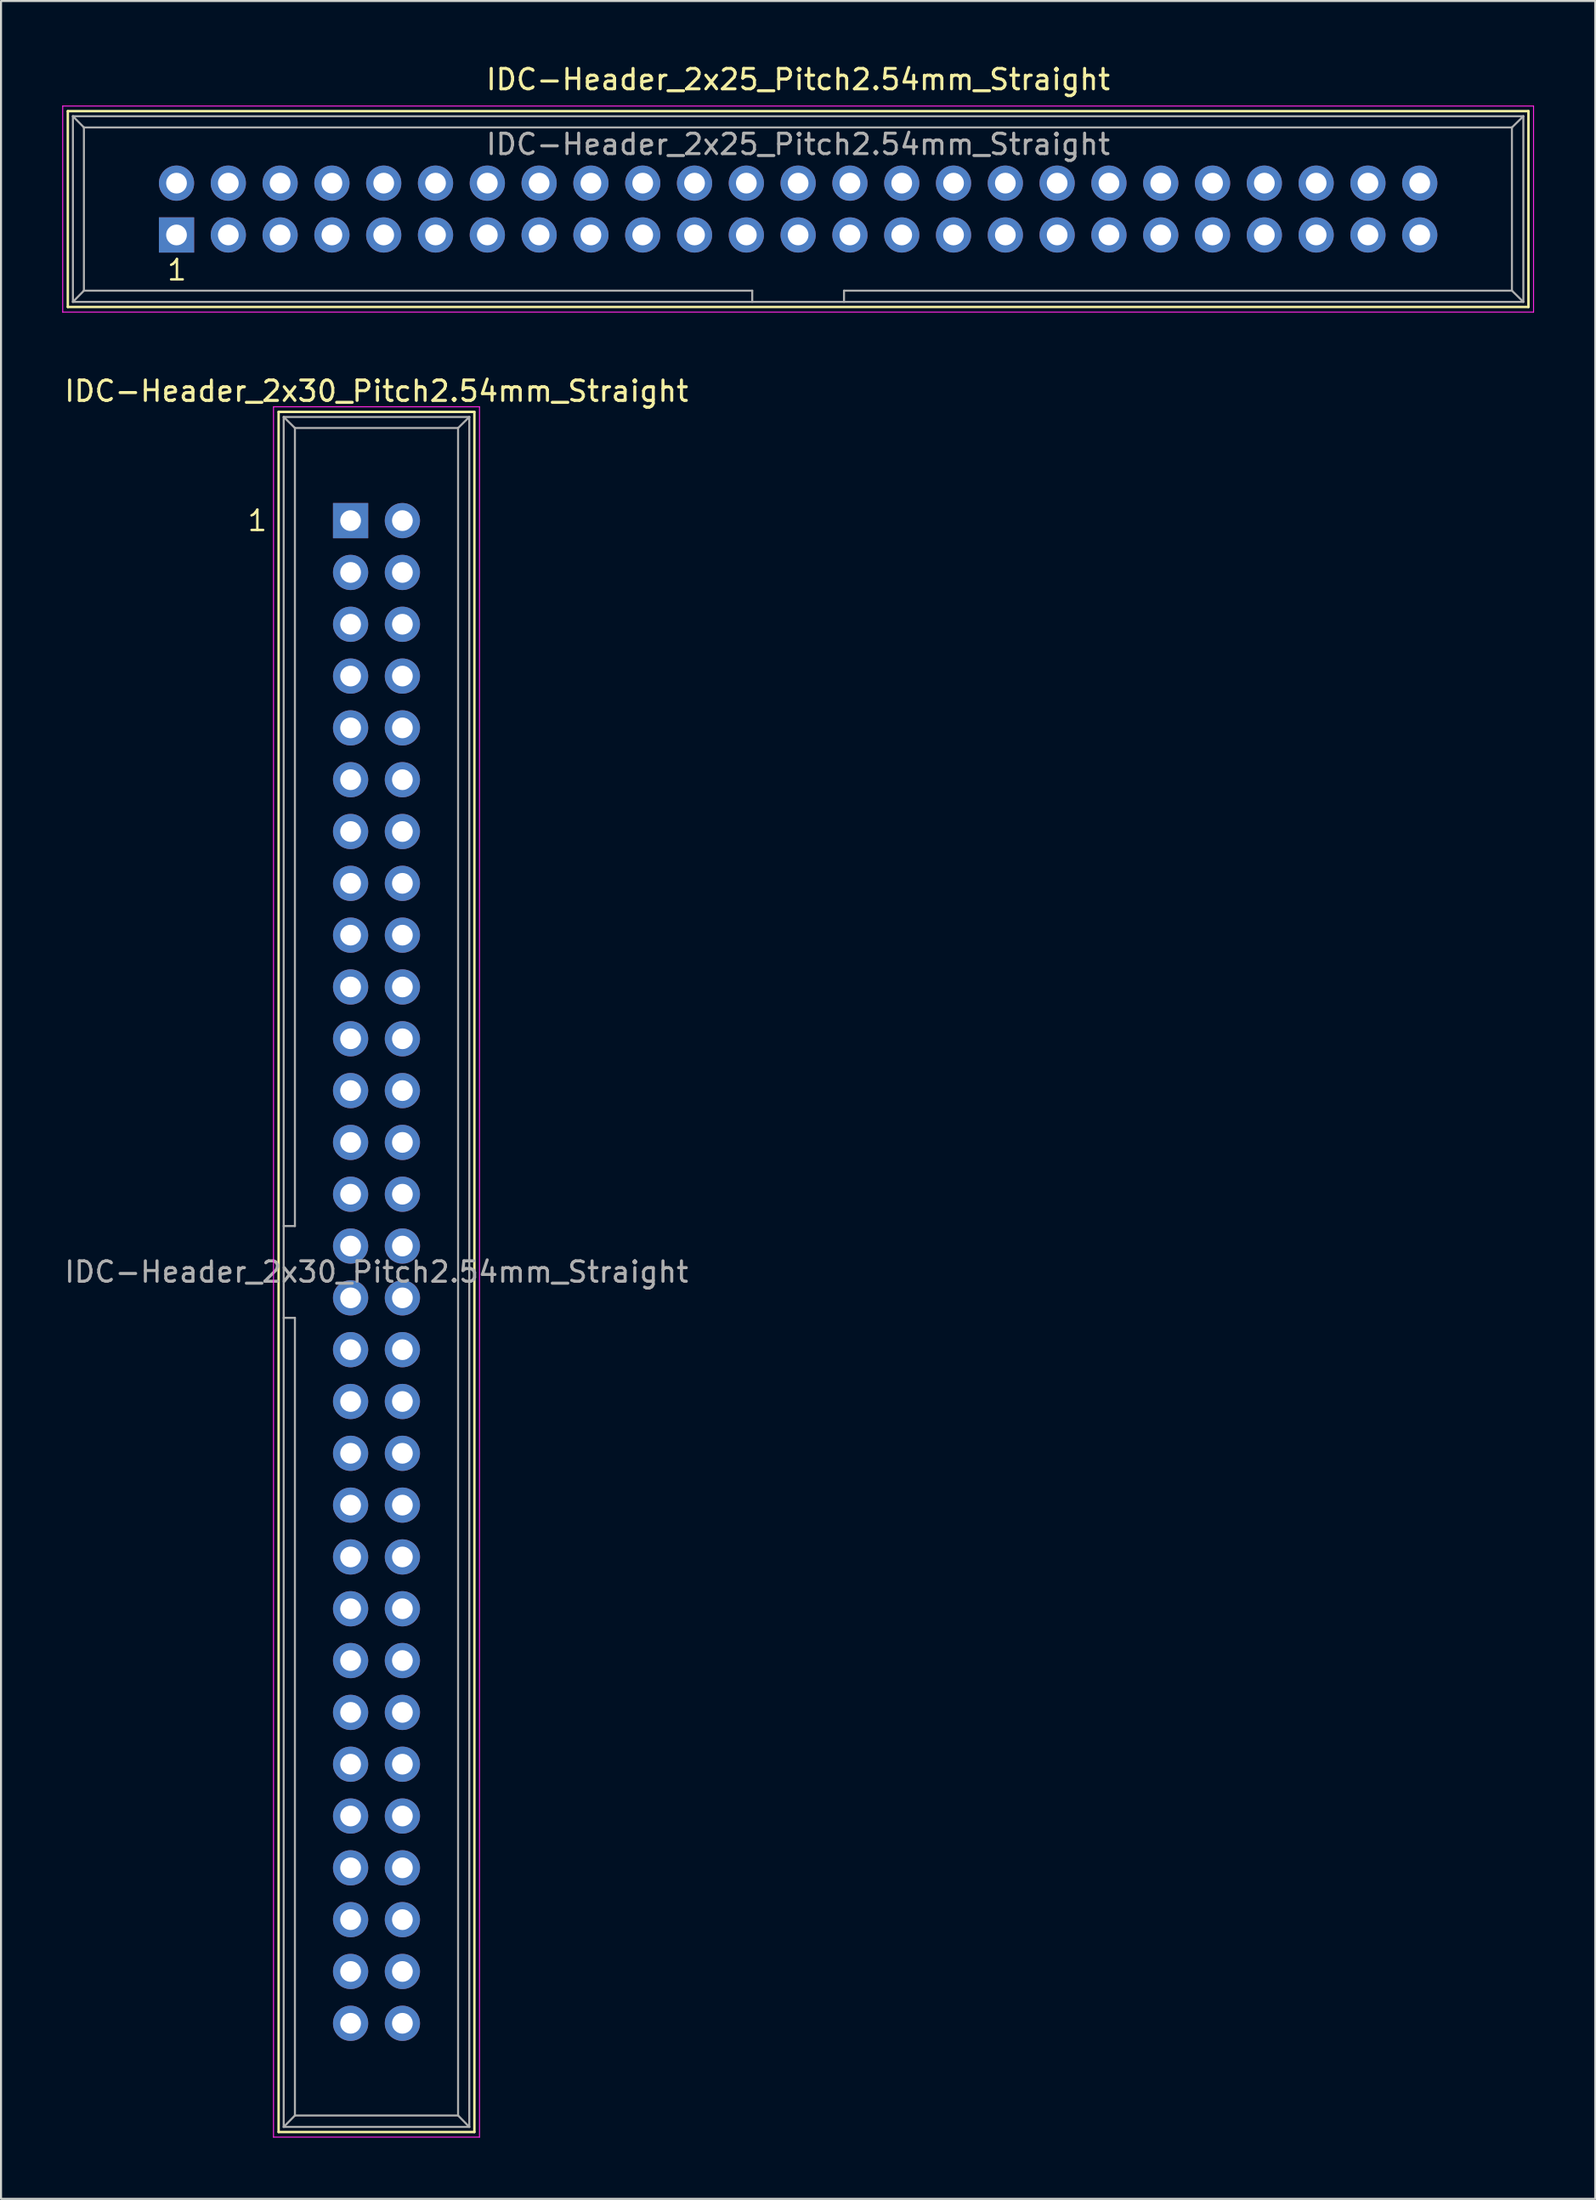
<source format=kicad_pcb>
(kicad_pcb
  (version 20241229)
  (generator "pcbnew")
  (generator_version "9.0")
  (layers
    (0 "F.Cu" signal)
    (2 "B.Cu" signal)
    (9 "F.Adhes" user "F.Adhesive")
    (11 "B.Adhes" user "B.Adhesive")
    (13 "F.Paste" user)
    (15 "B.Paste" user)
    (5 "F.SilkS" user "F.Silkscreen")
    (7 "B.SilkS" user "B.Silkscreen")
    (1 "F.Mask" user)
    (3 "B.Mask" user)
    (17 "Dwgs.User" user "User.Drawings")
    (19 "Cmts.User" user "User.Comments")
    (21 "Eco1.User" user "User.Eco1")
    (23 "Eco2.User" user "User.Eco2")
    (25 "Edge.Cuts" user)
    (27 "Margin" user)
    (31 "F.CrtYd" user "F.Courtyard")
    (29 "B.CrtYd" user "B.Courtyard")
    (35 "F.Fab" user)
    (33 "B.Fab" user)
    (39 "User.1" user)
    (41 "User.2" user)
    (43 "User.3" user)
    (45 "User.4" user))
  (footprint "IDC-Header_2x25_Pitch2.54mm_Straight"
    (layer "F.Cu")
    (at 5.605 8.468)
    (property "Reference" "IDC-Header_2x25_Pitch2.54mm_Straight" (at 30.48 -7.62 0) (layer "F.SilkS") (effects (font (size 1 1) (thickness 0.15))))
    (attr through_hole)
    (fp_line (start -5.33 -6.07) (end 66.29 -6.07) (stroke (width 0.12) (type solid)) (layer "F.SilkS"))
    (fp_line (start -5.33 3.53) (end -5.33 -6.07) (stroke (width 0.12) (type solid)) (layer "F.SilkS"))
    (fp_line (start 66.29 -6.07) (end 66.29 3.53) (stroke (width 0.12) (type solid)) (layer "F.SilkS"))
    (fp_line (start 66.29 3.53) (end -5.33 3.53) (stroke (width 0.12) (type solid)) (layer "F.SilkS"))
    (fp_line (start -5.58 -6.32) (end 66.54 -6.32) (stroke (width 0.05) (type solid)) (layer "F.CrtYd"))
    (fp_line (start -5.58 3.78) (end -5.58 -6.32) (stroke (width 0.05) (type solid)) (layer "F.CrtYd"))
    (fp_line (start 66.54 -6.32) (end 66.54 3.78) (stroke (width 0.05) (type solid)) (layer "F.CrtYd"))
    (fp_line (start 66.54 3.78) (end -5.58 3.78) (stroke (width 0.05) (type solid)) (layer "F.CrtYd"))
    (fp_line (start -5.08 -5.82) (end -5.08 3.28) (stroke (width 0.1) (type solid)) (layer "F.Fab"))
    (fp_line (start -5.08 -5.82) (end -4.54 -5.27) (stroke (width 0.1) (type solid)) (layer "F.Fab"))
    (fp_line (start -5.08 -5.82) (end 66.04 -5.82) (stroke (width 0.1) (type solid)) (layer "F.Fab"))
    (fp_line (start -5.08 3.28) (end -4.54 2.73) (stroke (width 0.1) (type solid)) (layer "F.Fab"))
    (fp_line (start -5.08 3.28) (end 66.04 3.28) (stroke (width 0.1) (type solid)) (layer "F.Fab"))
    (fp_line (start -4.54 -5.27) (end -4.54 2.73) (stroke (width 0.1) (type solid)) (layer "F.Fab"))
    (fp_line (start -4.54 -5.27) (end 65.48 -5.27) (stroke (width 0.1) (type solid)) (layer "F.Fab"))
    (fp_line (start -4.54 2.73) (end 28.23 2.73) (stroke (width 0.1) (type solid)) (layer "F.Fab"))
    (fp_line (start 28.23 2.73) (end 28.23 3.28) (stroke (width 0.1) (type solid)) (layer "F.Fab"))
    (fp_line (start 32.73 2.73) (end 32.73 3.28) (stroke (width 0.1) (type solid)) (layer "F.Fab"))
    (fp_line (start 32.73 2.73) (end 65.48 2.73) (stroke (width 0.1) (type solid)) (layer "F.Fab"))
    (fp_line (start 65.48 -5.27) (end 65.48 2.73) (stroke (width 0.1) (type solid)) (layer "F.Fab"))
    (fp_line (start 66.04 -5.82) (end 65.48 -5.27) (stroke (width 0.1) (type solid)) (layer "F.Fab"))
    (fp_line (start 66.04 -5.82) (end 66.04 3.28) (stroke (width 0.1) (type solid)) (layer "F.Fab"))
    (fp_line (start 66.04 3.28) (end 65.48 2.73) (stroke (width 0.1) (type solid)) (layer "F.Fab"))
    (fp_text user "1" (at 0.02 1.72 0) (layer "F.SilkS") (effects (font (size 1 1) (thickness 0.12))))
    (fp_text user "${REFERENCE}" (at 30.48 -4.445 0) (layer "F.Fab") (effects (font (size 1 1) (thickness 0.15))))
    (pad "1" thru_hole rect (at 0 0) (size 1.727 1.727) (drill 1.016) (layers "*.Cu" "*.Mask"))
    (pad "2" thru_hole oval (at 0 -2.54) (size 1.727 1.727) (drill 1.016) (layers "*.Cu" "*.Mask"))
    (pad "3" thru_hole oval (at 2.54 0) (size 1.727 1.727) (drill 1.016) (layers "*.Cu" "*.Mask"))
    (pad "4" thru_hole oval (at 2.54 -2.54) (size 1.727 1.727) (drill 1.016) (layers "*.Cu" "*.Mask"))
    (pad "5" thru_hole oval (at 5.08 0) (size 1.727 1.727) (drill 1.016) (layers "*.Cu" "*.Mask"))
    (pad "6" thru_hole oval (at 5.08 -2.54) (size 1.727 1.727) (drill 1.016) (layers "*.Cu" "*.Mask"))
    (pad "7" thru_hole oval (at 7.62 0) (size 1.727 1.727) (drill 1.016) (layers "*.Cu" "*.Mask"))
    (pad "8" thru_hole oval (at 7.62 -2.54) (size 1.727 1.727) (drill 1.016) (layers "*.Cu" "*.Mask"))
    (pad "9" thru_hole oval (at 10.16 0) (size 1.727 1.727) (drill 1.016) (layers "*.Cu" "*.Mask"))
    (pad "10" thru_hole oval (at 10.16 -2.54) (size 1.727 1.727) (drill 1.016) (layers "*.Cu" "*.Mask"))
    (pad "11" thru_hole oval (at 12.7 0) (size 1.727 1.727) (drill 1.016) (layers "*.Cu" "*.Mask"))
    (pad "12" thru_hole oval (at 12.7 -2.54) (size 1.727 1.727) (drill 1.016) (layers "*.Cu" "*.Mask"))
    (pad "13" thru_hole oval (at 15.24 0) (size 1.727 1.727) (drill 1.016) (layers "*.Cu" "*.Mask"))
    (pad "14" thru_hole oval (at 15.24 -2.54) (size 1.727 1.727) (drill 1.016) (layers "*.Cu" "*.Mask"))
    (pad "15" thru_hole oval (at 17.78 0) (size 1.727 1.727) (drill 1.016) (layers "*.Cu" "*.Mask"))
    (pad "16" thru_hole oval (at 17.78 -2.54) (size 1.727 1.727) (drill 1.016) (layers "*.Cu" "*.Mask"))
    (pad "17" thru_hole oval (at 20.32 0) (size 1.727 1.727) (drill 1.016) (layers "*.Cu" "*.Mask"))
    (pad "18" thru_hole oval (at 20.32 -2.54) (size 1.727 1.727) (drill 1.016) (layers "*.Cu" "*.Mask"))
    (pad "19" thru_hole oval (at 22.86 0) (size 1.727 1.727) (drill 1.016) (layers "*.Cu" "*.Mask"))
    (pad "20" thru_hole oval (at 22.86 -2.54) (size 1.727 1.727) (drill 1.016) (layers "*.Cu" "*.Mask"))
    (pad "21" thru_hole oval (at 25.4 0) (size 1.727 1.727) (drill 1.016) (layers "*.Cu" "*.Mask"))
    (pad "22" thru_hole oval (at 25.4 -2.54) (size 1.727 1.727) (drill 1.016) (layers "*.Cu" "*.Mask"))
    (pad "23" thru_hole oval (at 27.94 0) (size 1.727 1.727) (drill 1.016) (layers "*.Cu" "*.Mask"))
    (pad "24" thru_hole oval (at 27.94 -2.54) (size 1.727 1.727) (drill 1.016) (layers "*.Cu" "*.Mask"))
    (pad "25" thru_hole oval (at 30.48 0) (size 1.727 1.727) (drill 1.016) (layers "*.Cu" "*.Mask"))
    (pad "26" thru_hole oval (at 30.48 -2.54) (size 1.727 1.727) (drill 1.016) (layers "*.Cu" "*.Mask"))
    (pad "27" thru_hole oval (at 33.02 0) (size 1.727 1.727) (drill 1.016) (layers "*.Cu" "*.Mask"))
    (pad "28" thru_hole oval (at 33.02 -2.54) (size 1.727 1.727) (drill 1.016) (layers "*.Cu" "*.Mask"))
    (pad "29" thru_hole oval (at 35.56 0) (size 1.727 1.727) (drill 1.016) (layers "*.Cu" "*.Mask"))
    (pad "30" thru_hole oval (at 35.56 -2.54) (size 1.727 1.727) (drill 1.016) (layers "*.Cu" "*.Mask"))
    (pad "31" thru_hole oval (at 38.1 0) (size 1.727 1.727) (drill 1.016) (layers "*.Cu" "*.Mask"))
    (pad "32" thru_hole oval (at 38.1 -2.54) (size 1.727 1.727) (drill 1.016) (layers "*.Cu" "*.Mask"))
    (pad "33" thru_hole oval (at 40.64 0) (size 1.727 1.727) (drill 1.016) (layers "*.Cu" "*.Mask"))
    (pad "34" thru_hole oval (at 40.64 -2.54) (size 1.727 1.727) (drill 1.016) (layers "*.Cu" "*.Mask"))
    (pad "35" thru_hole oval (at 43.18 0) (size 1.727 1.727) (drill 1.016) (layers "*.Cu" "*.Mask"))
    (pad "36" thru_hole oval (at 43.18 -2.54) (size 1.727 1.727) (drill 1.016) (layers "*.Cu" "*.Mask"))
    (pad "37" thru_hole oval (at 45.72 0) (size 1.727 1.727) (drill 1.016) (layers "*.Cu" "*.Mask"))
    (pad "38" thru_hole oval (at 45.72 -2.54) (size 1.727 1.727) (drill 1.016) (layers "*.Cu" "*.Mask"))
    (pad "39" thru_hole oval (at 48.26 0) (size 1.727 1.727) (drill 1.016) (layers "*.Cu" "*.Mask"))
    (pad "40" thru_hole oval (at 48.26 -2.54) (size 1.727 1.727) (drill 1.016) (layers "*.Cu" "*.Mask"))
    (pad "41" thru_hole oval (at 50.8 0) (size 1.727 1.727) (drill 1.016) (layers "*.Cu" "*.Mask"))
    (pad "42" thru_hole oval (at 50.8 -2.54) (size 1.727 1.727) (drill 1.016) (layers "*.Cu" "*.Mask"))
    (pad "43" thru_hole oval (at 53.34 0) (size 1.727 1.727) (drill 1.016) (layers "*.Cu" "*.Mask"))
    (pad "44" thru_hole oval (at 53.34 -2.54) (size 1.727 1.727) (drill 1.016) (layers "*.Cu" "*.Mask"))
    (pad "45" thru_hole oval (at 55.88 0) (size 1.727 1.727) (drill 1.016) (layers "*.Cu" "*.Mask"))
    (pad "46" thru_hole oval (at 55.88 -2.54) (size 1.727 1.727) (drill 1.016) (layers "*.Cu" "*.Mask"))
    (pad "47" thru_hole oval (at 58.42 0) (size 1.727 1.727) (drill 1.016) (layers "*.Cu" "*.Mask"))
    (pad "48" thru_hole oval (at 58.42 -2.54) (size 1.727 1.727) (drill 1.016) (layers "*.Cu" "*.Mask"))
    (pad "49" thru_hole oval (at 60.96 0) (size 1.727 1.727) (drill 1.016) (layers "*.Cu" "*.Mask"))
    (pad "50" thru_hole oval (at 60.96 -2.54) (size 1.727 1.727) (drill 1.016) (layers "*.Cu" "*.Mask")))
  (footprint "IDC-Header_2x30_Pitch2.54mm_Straight"
    (layer "F.Cu")
    (at 14.141 22.471)
    (property "Reference" "IDC-Header_2x30_Pitch2.54mm_Straight" (at 1.27 -6.35 0) (layer "F.SilkS") (effects (font (size 1 1) (thickness 0.15))))
    (attr through_hole)
    (fp_line (start -3.53 -5.33) (end 6.07 -5.33) (stroke (width 0.12) (type solid)) (layer "F.SilkS"))
    (fp_line (start -3.53 78.99) (end -3.53 -5.33) (stroke (width 0.12) (type solid)) (layer "F.SilkS"))
    (fp_line (start 6.07 -5.33) (end 6.07 78.99) (stroke (width 0.12) (type solid)) (layer "F.SilkS"))
    (fp_line (start 6.07 78.99) (end -3.53 78.99) (stroke (width 0.12) (type solid)) (layer "F.SilkS"))
    (fp_line (start -3.78 -5.58) (end 6.32 -5.58) (stroke (width 0.05) (type solid)) (layer "F.CrtYd"))
    (fp_line (start -3.78 79.24) (end -3.78 -5.58) (stroke (width 0.05) (type solid)) (layer "F.CrtYd"))
    (fp_line (start 6.32 -5.58) (end 6.32 79.24) (stroke (width 0.05) (type solid)) (layer "F.CrtYd"))
    (fp_line (start 6.32 79.24) (end -3.78 79.24) (stroke (width 0.05) (type solid)) (layer "F.CrtYd"))
    (fp_line (start -3.28 -5.08) (end -3.28 78.74) (stroke (width 0.1) (type solid)) (layer "F.Fab"))
    (fp_line (start -3.28 -5.08) (end -2.73 -4.54) (stroke (width 0.1) (type solid)) (layer "F.Fab"))
    (fp_line (start -3.28 78.74) (end -2.73 78.18) (stroke (width 0.1) (type solid)) (layer "F.Fab"))
    (fp_line (start -2.73 -4.54) (end -2.73 34.58) (stroke (width 0.1) (type solid)) (layer "F.Fab"))
    (fp_line (start -2.73 34.58) (end -3.28 34.58) (stroke (width 0.1) (type solid)) (layer "F.Fab"))
    (fp_line (start -2.73 39.08) (end -3.28 39.08) (stroke (width 0.1) (type solid)) (layer "F.Fab"))
    (fp_line (start -2.73 39.08) (end -2.73 78.18) (stroke (width 0.1) (type solid)) (layer "F.Fab"))
    (fp_line (start 5.27 -4.54) (end -2.73 -4.54) (stroke (width 0.1) (type solid)) (layer "F.Fab"))
    (fp_line (start 5.27 -4.54) (end 5.27 78.18) (stroke (width 0.1) (type solid)) (layer "F.Fab"))
    (fp_line (start 5.27 78.18) (end -2.73 78.18) (stroke (width 0.1) (type solid)) (layer "F.Fab"))
    (fp_line (start 5.82 -5.08) (end -3.28 -5.08) (stroke (width 0.1) (type solid)) (layer "F.Fab"))
    (fp_line (start 5.82 -5.08) (end 5.27 -4.54) (stroke (width 0.1) (type solid)) (layer "F.Fab"))
    (fp_line (start 5.82 -5.08) (end 5.82 78.74) (stroke (width 0.1) (type solid)) (layer "F.Fab"))
    (fp_line (start 5.82 78.74) (end -3.28 78.74) (stroke (width 0.1) (type solid)) (layer "F.Fab"))
    (fp_line (start 5.82 78.74) (end 5.27 78.18) (stroke (width 0.1) (type solid)) (layer "F.Fab"))
    (fp_text user "1" (at -4.572 0 0) (layer "F.SilkS") (effects (font (size 1 1) (thickness 0.12))))
    (fp_text user "${REFERENCE}" (at 1.27 36.83 0) (layer "F.Fab") (effects (font (size 1 1) (thickness 0.15))))
    (pad "1" thru_hole rect (at 0 0) (size 1.727 1.727) (drill 1.016) (layers "*.Cu" "*.Mask"))
    (pad "2" thru_hole oval (at 2.54 0) (size 1.727 1.727) (drill 1.016) (layers "*.Cu" "*.Mask"))
    (pad "3" thru_hole oval (at 0 2.54) (size 1.727 1.727) (drill 1.016) (layers "*.Cu" "*.Mask"))
    (pad "4" thru_hole oval (at 2.54 2.54) (size 1.727 1.727) (drill 1.016) (layers "*.Cu" "*.Mask"))
    (pad "5" thru_hole oval (at 0 5.08) (size 1.727 1.727) (drill 1.016) (layers "*.Cu" "*.Mask"))
    (pad "6" thru_hole oval (at 2.54 5.08) (size 1.727 1.727) (drill 1.016) (layers "*.Cu" "*.Mask"))
    (pad "7" thru_hole oval (at 0 7.62) (size 1.727 1.727) (drill 1.016) (layers "*.Cu" "*.Mask"))
    (pad "8" thru_hole oval (at 2.54 7.62) (size 1.727 1.727) (drill 1.016) (layers "*.Cu" "*.Mask"))
    (pad "9" thru_hole oval (at 0 10.16) (size 1.727 1.727) (drill 1.016) (layers "*.Cu" "*.Mask"))
    (pad "10" thru_hole oval (at 2.54 10.16) (size 1.727 1.727) (drill 1.016) (layers "*.Cu" "*.Mask"))
    (pad "11" thru_hole oval (at 0 12.7) (size 1.727 1.727) (drill 1.016) (layers "*.Cu" "*.Mask"))
    (pad "12" thru_hole oval (at 2.54 12.7) (size 1.727 1.727) (drill 1.016) (layers "*.Cu" "*.Mask"))
    (pad "13" thru_hole oval (at 0 15.24) (size 1.727 1.727) (drill 1.016) (layers "*.Cu" "*.Mask"))
    (pad "14" thru_hole oval (at 2.54 15.24) (size 1.727 1.727) (drill 1.016) (layers "*.Cu" "*.Mask"))
    (pad "15" thru_hole oval (at 0 17.78) (size 1.727 1.727) (drill 1.016) (layers "*.Cu" "*.Mask"))
    (pad "16" thru_hole oval (at 2.54 17.78) (size 1.727 1.727) (drill 1.016) (layers "*.Cu" "*.Mask"))
    (pad "17" thru_hole oval (at 0 20.32) (size 1.727 1.727) (drill 1.016) (layers "*.Cu" "*.Mask"))
    (pad "18" thru_hole oval (at 2.54 20.32) (size 1.727 1.727) (drill 1.016) (layers "*.Cu" "*.Mask"))
    (pad "19" thru_hole oval (at 0 22.86) (size 1.727 1.727) (drill 1.016) (layers "*.Cu" "*.Mask"))
    (pad "20" thru_hole oval (at 2.54 22.86) (size 1.727 1.727) (drill 1.016) (layers "*.Cu" "*.Mask"))
    (pad "21" thru_hole oval (at 0 25.4) (size 1.727 1.727) (drill 1.016) (layers "*.Cu" "*.Mask"))
    (pad "22" thru_hole oval (at 2.54 25.4) (size 1.727 1.727) (drill 1.016) (layers "*.Cu" "*.Mask"))
    (pad "23" thru_hole oval (at 0 27.94) (size 1.727 1.727) (drill 1.016) (layers "*.Cu" "*.Mask"))
    (pad "24" thru_hole oval (at 2.54 27.94) (size 1.727 1.727) (drill 1.016) (layers "*.Cu" "*.Mask"))
    (pad "25" thru_hole oval (at 0 30.48) (size 1.727 1.727) (drill 1.016) (layers "*.Cu" "*.Mask"))
    (pad "26" thru_hole oval (at 2.54 30.48) (size 1.727 1.727) (drill 1.016) (layers "*.Cu" "*.Mask"))
    (pad "27" thru_hole oval (at 0 33.02) (size 1.727 1.727) (drill 1.016) (layers "*.Cu" "*.Mask"))
    (pad "28" thru_hole oval (at 2.54 33.02) (size 1.727 1.727) (drill 1.016) (layers "*.Cu" "*.Mask"))
    (pad "29" thru_hole oval (at 0 35.56) (size 1.727 1.727) (drill 1.016) (layers "*.Cu" "*.Mask"))
    (pad "30" thru_hole oval (at 2.54 35.56) (size 1.727 1.727) (drill 1.016) (layers "*.Cu" "*.Mask"))
    (pad "31" thru_hole oval (at 0 38.1) (size 1.727 1.727) (drill 1.016) (layers "*.Cu" "*.Mask"))
    (pad "32" thru_hole oval (at 2.54 38.1) (size 1.727 1.727) (drill 1.016) (layers "*.Cu" "*.Mask"))
    (pad "33" thru_hole oval (at 0 40.64) (size 1.727 1.727) (drill 1.016) (layers "*.Cu" "*.Mask"))
    (pad "34" thru_hole oval (at 2.54 40.64) (size 1.727 1.727) (drill 1.016) (layers "*.Cu" "*.Mask"))
    (pad "35" thru_hole oval (at 0 43.18) (size 1.727 1.727) (drill 1.016) (layers "*.Cu" "*.Mask"))
    (pad "36" thru_hole oval (at 2.54 43.18) (size 1.727 1.727) (drill 1.016) (layers "*.Cu" "*.Mask"))
    (pad "37" thru_hole oval (at 0 45.72) (size 1.727 1.727) (drill 1.016) (layers "*.Cu" "*.Mask"))
    (pad "38" thru_hole oval (at 2.54 45.72) (size 1.727 1.727) (drill 1.016) (layers "*.Cu" "*.Mask"))
    (pad "39" thru_hole oval (at 0 48.26) (size 1.727 1.727) (drill 1.016) (layers "*.Cu" "*.Mask"))
    (pad "40" thru_hole oval (at 2.54 48.26) (size 1.727 1.727) (drill 1.016) (layers "*.Cu" "*.Mask"))
    (pad "41" thru_hole oval (at 0 50.8) (size 1.727 1.727) (drill 1.016) (layers "*.Cu" "*.Mask"))
    (pad "42" thru_hole oval (at 2.54 50.8) (size 1.727 1.727) (drill 1.016) (layers "*.Cu" "*.Mask"))
    (pad "43" thru_hole oval (at 0 53.34) (size 1.727 1.727) (drill 1.016) (layers "*.Cu" "*.Mask"))
    (pad "44" thru_hole oval (at 2.54 53.34) (size 1.727 1.727) (drill 1.016) (layers "*.Cu" "*.Mask"))
    (pad "45" thru_hole oval (at 0 55.88) (size 1.727 1.727) (drill 1.016) (layers "*.Cu" "*.Mask"))
    (pad "46" thru_hole oval (at 2.54 55.88) (size 1.727 1.727) (drill 1.016) (layers "*.Cu" "*.Mask"))
    (pad "47" thru_hole oval (at 0 58.42) (size 1.727 1.727) (drill 1.016) (layers "*.Cu" "*.Mask"))
    (pad "48" thru_hole oval (at 2.54 58.42) (size 1.727 1.727) (drill 1.016) (layers "*.Cu" "*.Mask"))
    (pad "49" thru_hole oval (at 0 60.96) (size 1.727 1.727) (drill 1.016) (layers "*.Cu" "*.Mask"))
    (pad "50" thru_hole oval (at 2.54 60.96) (size 1.727 1.727) (drill 1.016) (layers "*.Cu" "*.Mask"))
    (pad "51" thru_hole oval (at 0 63.5) (size 1.727 1.727) (drill 1.016) (layers "*.Cu" "*.Mask"))
    (pad "52" thru_hole oval (at 2.54 63.5) (size 1.727 1.727) (drill 1.016) (layers "*.Cu" "*.Mask"))
    (pad "53" thru_hole oval (at 0 66.04) (size 1.727 1.727) (drill 1.016) (layers "*.Cu" "*.Mask"))
    (pad "54" thru_hole oval (at 2.54 66.04) (size 1.727 1.727) (drill 1.016) (layers "*.Cu" "*.Mask"))
    (pad "55" thru_hole oval (at 0 68.58) (size 1.727 1.727) (drill 1.016) (layers "*.Cu" "*.Mask"))
    (pad "56" thru_hole oval (at 2.54 68.58) (size 1.727 1.727) (drill 1.016) (layers "*.Cu" "*.Mask"))
    (pad "57" thru_hole oval (at 0 71.12) (size 1.727 1.727) (drill 1.016) (layers "*.Cu" "*.Mask"))
    (pad "58" thru_hole oval (at 2.54 71.12) (size 1.727 1.727) (drill 1.016) (layers "*.Cu" "*.Mask"))
    (pad "59" thru_hole oval (at 0 73.66) (size 1.727 1.727) (drill 1.016) (layers "*.Cu" "*.Mask"))
    (pad "60" thru_hole oval (at 2.54 73.66) (size 1.727 1.727) (drill 1.016) (layers "*.Cu" "*.Mask")))
  (gr_rect
    (start -3 -3)
    (end 75.17 104.737)
    (stroke (width 0.1) (type default))
    (fill no)
    (layer "Edge.Cuts")))
</source>
